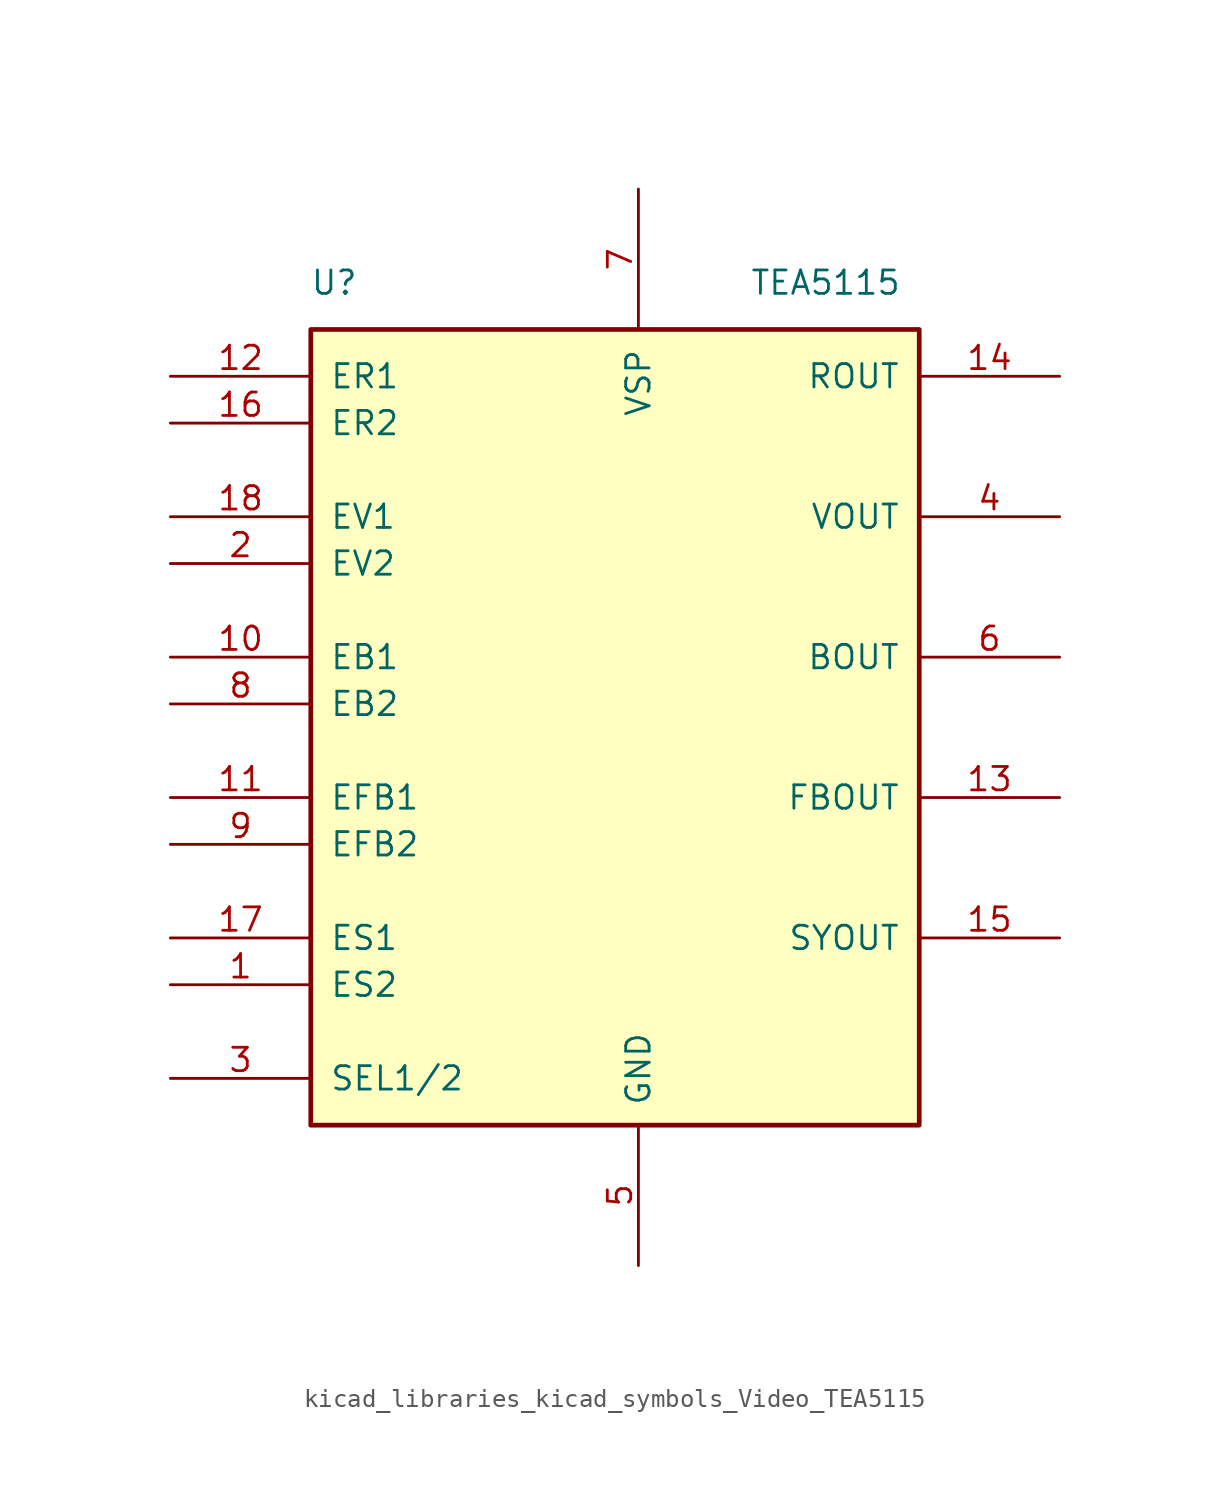
<source format=kicad_sym>
(kicad_symbol_lib
  (version 20220914)
  (generator kicad_symbol_editor)
  (symbol "kicad_libraries_kicad_symbols_Video_TEA5115"
    (pin_names
      (offset 1.016))
    (property "Reference" "U"
      (at -16.51 22.86 0)
      (effects (font (size 1.27 1.27))))
    (property "Value" "TEA5115"
      (at 10.16 22.86 0)
      (effects (font (size 1.27 1.27))))
    (symbol "kicad_libraries_kicad_symbols_Video_TEA5115_0_1"
      (rectangle (start -17.78 -22.86) (end 15.24 20.32) (stroke (width 0.254) (type default)) (fill (type background))))
    (symbol "kicad_libraries_kicad_symbols_Video_TEA5115_1_1"
      (pin input line (at -25.4 -15.24 0) (length 7.62) (name "ES2" (effects (font (size 1.27 1.27)))) (number "1" (effects (font (size 1.27 1.27)))))
      (pin input line (at -25.4 2.54 0) (length 7.62) (name "EB1" (effects (font (size 1.27 1.27)))) (number "10" (effects (font (size 1.27 1.27)))))
      (pin input line (at -25.4 -5.08 0) (length 7.62) (name "EFB1" (effects (font (size 1.27 1.27)))) (number "11" (effects (font (size 1.27 1.27)))))
      (pin input line (at -25.4 17.78 0) (length 7.62) (name "ER1" (effects (font (size 1.27 1.27)))) (number "12" (effects (font (size 1.27 1.27)))))
      (pin output line (at 22.86 -5.08 180) (length 7.62) (name "FBOUT" (effects (font (size 1.27 1.27)))) (number "13" (effects (font (size 1.27 1.27)))))
      (pin output line (at 22.86 17.78 180) (length 7.62) (name "ROUT" (effects (font (size 1.27 1.27)))) (number "14" (effects (font (size 1.27 1.27)))))
      (pin output line (at 22.86 -12.7 180) (length 7.62) (name "SYOUT" (effects (font (size 1.27 1.27)))) (number "15" (effects (font (size 1.27 1.27)))))
      (pin input line (at -25.4 15.24 0) (length 7.62) (name "ER2" (effects (font (size 1.27 1.27)))) (number "16" (effects (font (size 1.27 1.27)))))
      (pin input line (at -25.4 -12.7 0) (length 7.62) (name "ES1" (effects (font (size 1.27 1.27)))) (number "17" (effects (font (size 1.27 1.27)))))
      (pin input line (at -25.4 10.16 0) (length 7.62) (name "EV1" (effects (font (size 1.27 1.27)))) (number "18" (effects (font (size 1.27 1.27)))))
      (pin input line (at -25.4 7.62 0) (length 7.62) (name "EV2" (effects (font (size 1.27 1.27)))) (number "2" (effects (font (size 1.27 1.27)))))
      (pin input line (at -25.4 -20.32 0) (length 7.62) (name "SEL1/2" (effects (font (size 1.27 1.27)))) (number "3" (effects (font (size 1.27 1.27)))))
      (pin output line (at 22.86 10.16 180) (length 7.62) (name "VOUT" (effects (font (size 1.27 1.27)))) (number "4" (effects (font (size 1.27 1.27)))))
      (pin power_in line (at 0 -30.48 90) (length 7.62) (name "GND" (effects (font (size 1.27 1.27)))) (number "5" (effects (font (size 1.27 1.27)))))
      (pin output line (at 22.86 2.54 180) (length 7.62) (name "BOUT" (effects (font (size 1.27 1.27)))) (number "6" (effects (font (size 1.27 1.27)))))
      (pin input line (at 0 27.94 270) (length 7.62) (name "VSP" (effects (font (size 1.27 1.27)))) (number "7" (effects (font (size 1.27 1.27)))))
      (pin input line (at -25.4 0 0) (length 7.62) (name "EB2" (effects (font (size 1.27 1.27)))) (number "8" (effects (font (size 1.27 1.27)))))
      (pin input line (at -25.4 -7.62 0) (length 7.62) (name "EFB2" (effects (font (size 1.27 1.27)))) (number "9" (effects (font (size 1.27 1.27))))))))
</source>
